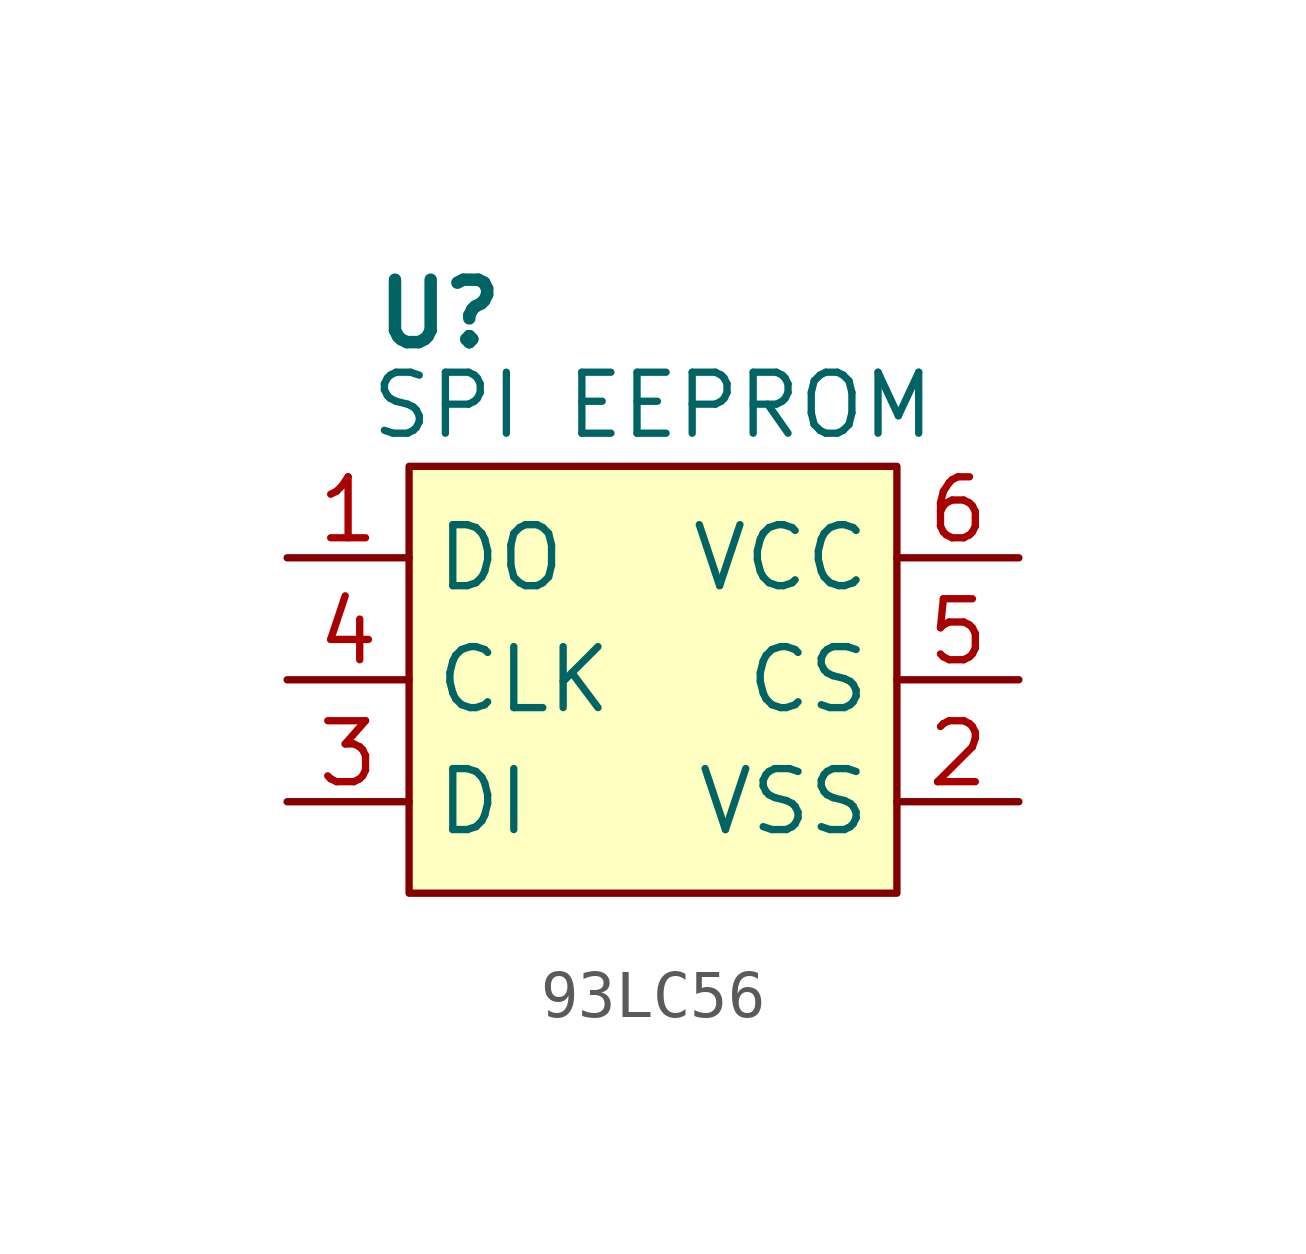
<source format=kicad_sym>
(kicad_symbol_lib
  (version 20231120)
  (generator "kicad_symbol_editor")
  (generator_version "8.0")
  (symbol "93LC56"
    (property "Reference" "U"
      (at 0.635 -3.175 0)
      (effects (font (size 1.3 1.3) (bold yes))))
    (property "Value" "SPI EEPROM"
      (at 5.08 -5.08 0)
      (effects (font (size 1.27 1.27))))
    (symbol "93LC56_1_1"
      (rectangle (start 0 -6.35) (end 10.16 -15.24) (stroke (width 0) (type default)) (fill (type background)))
      (pin output line (at -2.54 -8.255 0) (length 2.54) (name "DO" (effects (font (size 1.27 1.27)))) (number "1" (effects (font (size 1.27 1.27)))))
      (pin passive line (at 12.7 -13.335 180) (length 2.54) (name "VSS" (effects (font (size 1.27 1.27)))) (number "2" (effects (font (size 1.27 1.27)))))
      (pin input line (at -2.54 -13.335 0) (length 2.54) (name "DI" (effects (font (size 1.27 1.27)))) (number "3" (effects (font (size 1.27 1.27)))))
      (pin input line (at -2.54 -10.795 0) (length 2.54) (name "CLK" (effects (font (size 1.27 1.27)))) (number "4" (effects (font (size 1.27 1.27)))))
      (pin input line (at 12.7 -10.795 180) (length 2.54) (name "CS" (effects (font (size 1.27 1.27)))) (number "5" (effects (font (size 1.27 1.27)))))
      (pin power_in line (at 12.7 -8.255 180) (length 2.54) (name "VCC" (effects (font (size 1.27 1.27)))) (number "6" (effects (font (size 1.27 1.27))))))))
</source>
